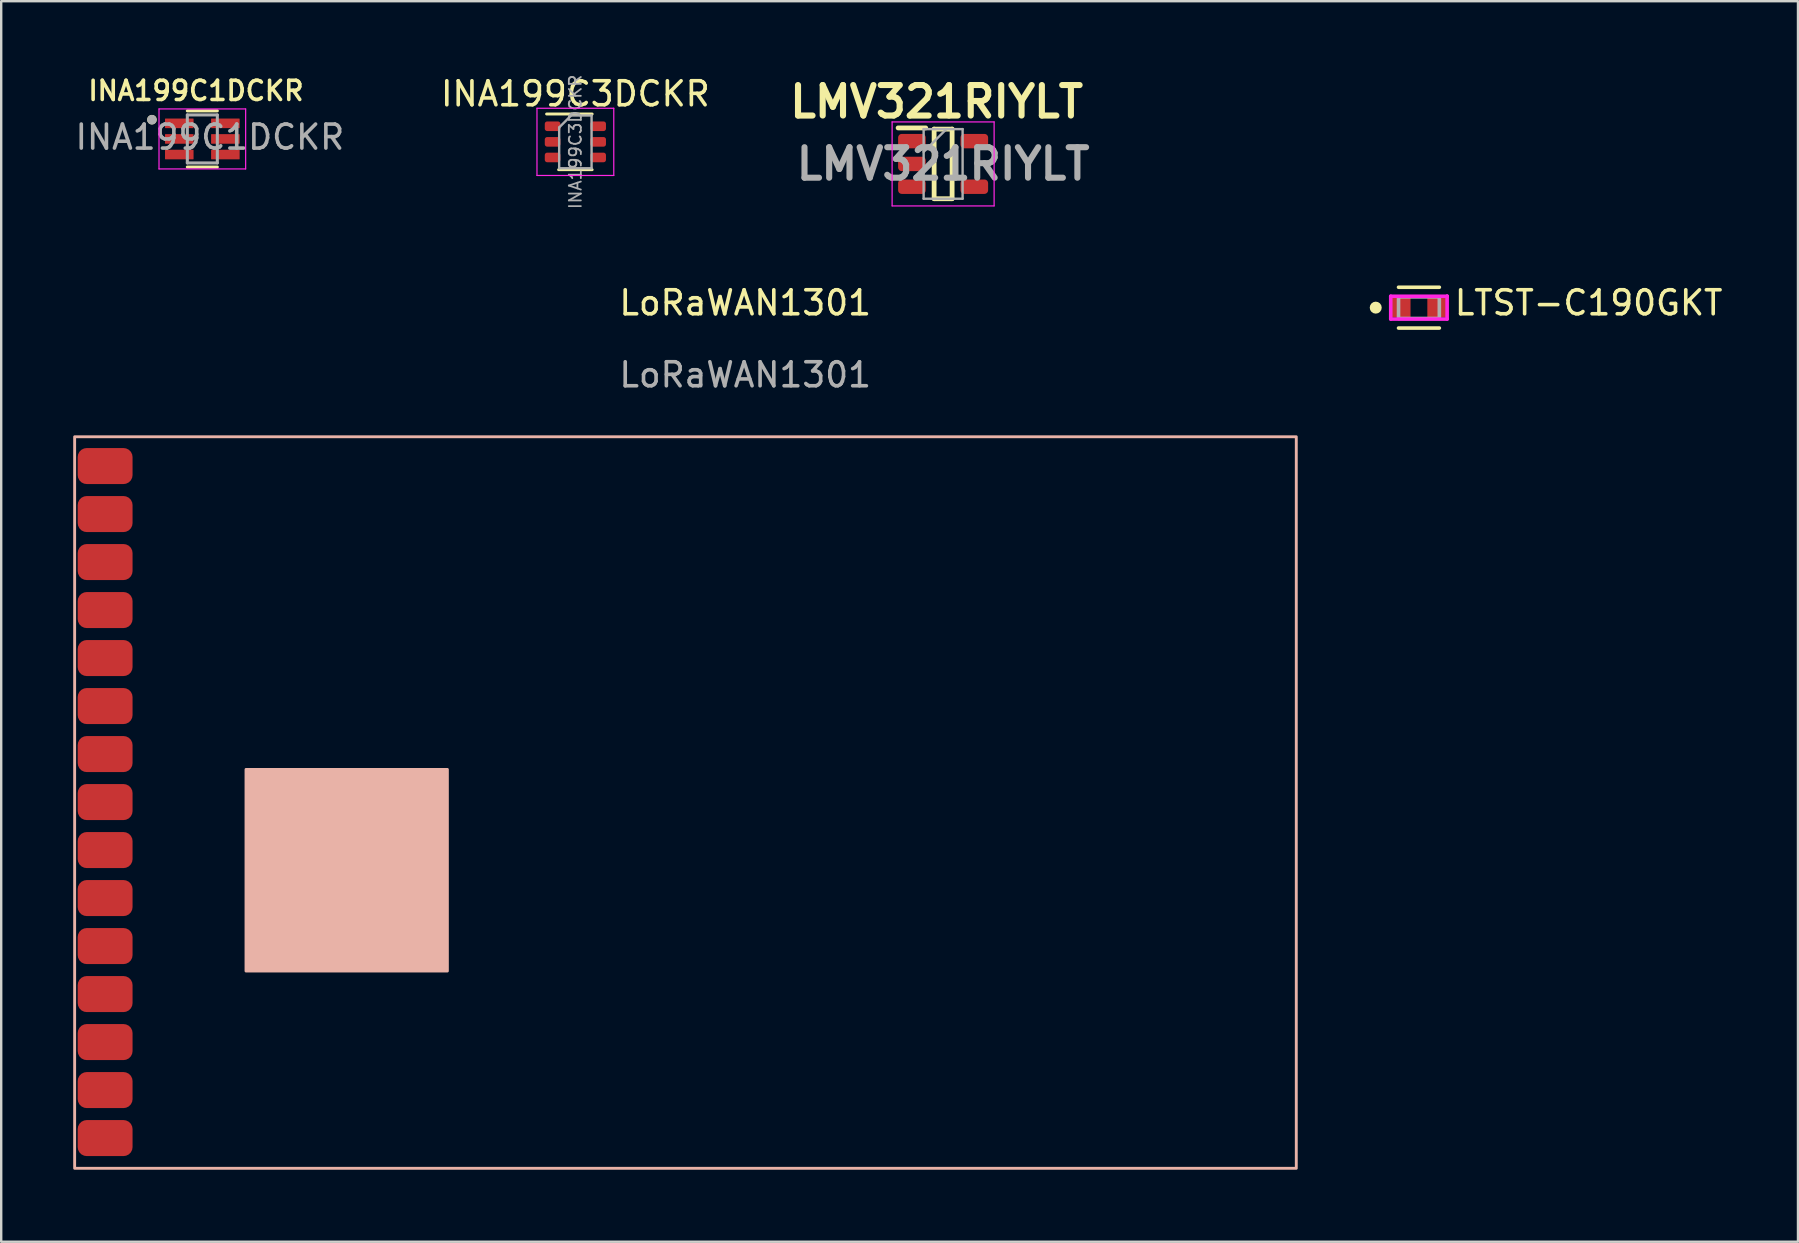
<source format=kicad_pcb>
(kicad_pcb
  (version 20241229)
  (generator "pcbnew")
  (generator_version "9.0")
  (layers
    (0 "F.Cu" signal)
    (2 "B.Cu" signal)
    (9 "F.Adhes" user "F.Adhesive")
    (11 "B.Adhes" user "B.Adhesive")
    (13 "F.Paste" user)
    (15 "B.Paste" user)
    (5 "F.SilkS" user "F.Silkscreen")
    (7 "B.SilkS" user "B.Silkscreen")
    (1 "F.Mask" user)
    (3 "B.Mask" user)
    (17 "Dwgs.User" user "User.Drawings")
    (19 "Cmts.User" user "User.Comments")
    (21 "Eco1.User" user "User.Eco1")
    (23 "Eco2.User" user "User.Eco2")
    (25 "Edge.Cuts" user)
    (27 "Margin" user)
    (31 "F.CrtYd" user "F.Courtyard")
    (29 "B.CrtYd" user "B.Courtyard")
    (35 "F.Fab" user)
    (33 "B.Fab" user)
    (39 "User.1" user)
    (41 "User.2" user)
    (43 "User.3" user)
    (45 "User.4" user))
  (footprint "LoRaWAN1301"
    (layer "F.Cu")
    (at 28 10.068)
    (property "Reference" "LoRaWAN1301" (at 0 -0.5 0) (unlocked yes) (layer "F.SilkS") (effects (font (size 1 1) (thickness 0.15))))
    (attr smd)
    (fp_rect (start -27.94 35.56) (end 22.96 5.08) (stroke (width 0.12) (type solid)) (fill no) (layer "B.SilkS"))
    (fp_rect (start -20.8 27.34) (end -12.41 18.94) (stroke (width 0.12) (type solid)) (fill yes) (layer "B.SilkS"))
    (fp_text user "${REFERENCE}" (at 0 2.5 0) (unlocked yes) (layer "F.Fab") (effects (font (size 1 1) (thickness 0.15))))
    (pad "1 " smd roundrect (at -26.67 6.3) (size 2.286 1.5) (layers "F.Cu" "F.Mask" "F.Paste") (roundrect_rratio 0.25))
    (pad "2" smd roundrect (at -26.67 8.3) (size 2.286 1.5) (layers "F.Cu" "F.Mask" "F.Paste") (roundrect_rratio 0.25))
    (pad "3" smd roundrect (at -26.67 10.3) (size 2.286 1.5) (layers "F.Cu" "F.Mask" "F.Paste") (roundrect_rratio 0.25))
    (pad "4" smd roundrect (at -26.67 12.3) (size 2.286 1.5) (layers "F.Cu" "F.Mask" "F.Paste") (roundrect_rratio 0.25))
    (pad "5" smd roundrect (at -26.67 14.3) (size 2.286 1.5) (layers "F.Cu" "F.Mask" "F.Paste") (roundrect_rratio 0.25))
    (pad "6" smd roundrect (at -26.67 16.3) (size 2.286 1.5) (layers "F.Cu" "F.Mask" "F.Paste") (roundrect_rratio 0.25))
    (pad "7" smd roundrect (at -26.67 18.3) (size 2.286 1.5) (layers "F.Cu" "F.Mask" "F.Paste") (roundrect_rratio 0.25))
    (pad "8" smd roundrect (at -26.67 20.3) (size 2.286 1.5) (layers "F.Cu" "F.Mask" "F.Paste") (roundrect_rratio 0.25))
    (pad "9" smd roundrect (at -26.67 22.3) (size 2.286 1.5) (layers "F.Cu" "F.Mask" "F.Paste") (roundrect_rratio 0.25))
    (pad "10" smd roundrect (at -26.67 24.3) (size 2.286 1.5) (layers "F.Cu" "F.Mask" "F.Paste") (roundrect_rratio 0.25))
    (pad "11" smd roundrect (at -26.67 26.3) (size 2.286 1.5) (layers "F.Cu" "F.Mask" "F.Paste") (roundrect_rratio 0.25))
    (pad "12" smd roundrect (at -26.67 28.3) (size 2.286 1.5) (layers "F.Cu" "F.Mask" "F.Paste") (roundrect_rratio 0.25))
    (pad "13" smd roundrect (at -26.67 30.3) (size 2.286 1.5) (layers "F.Cu" "F.Mask" "F.Paste") (roundrect_rratio 0.25))
    (pad "14" smd roundrect (at -26.67 32.3) (size 2.286 1.5) (layers "F.Cu" "F.Mask" "F.Paste") (roundrect_rratio 0.25))
    (pad "15" smd roundrect (at -26.67 34.3) (size 2.286 1.5) (layers "F.Cu" "F.Mask" "F.Paste") (roundrect_rratio 0.25)))
  (footprint "LTST-C190GKT"
    (layer "F.Cu")
    (at 56.07 9.768)
    (property "Reference" "LTST-C190GKT" (at 1.4 -0.2 0) (layer "F.SilkS") (effects (font (size 1 1) (thickness 0.15)) (justify left)))
    (attr through_hole)
    (fp_line (start -0.85 -0.85) (end 0.85 -0.85) (stroke (width 0.15) (type solid)) (layer "F.SilkS"))
    (fp_line (start -0.85 0.85) (end 0.85 0.85) (stroke (width 0.15) (type solid)) (layer "F.SilkS"))
    (fp_circle (center -1.8 0) (end -1.675 0) (stroke (width 0.25) (type solid)) (fill no) (layer "F.SilkS"))
    (fp_line (start -1.175 -0.475) (end -1.175 0.475) (stroke (width 0.15) (type solid)) (layer "F.CrtYd"))
    (fp_line (start -1.175 0.475) (end 1.175 0.475) (stroke (width 0.15) (type solid)) (layer "F.CrtYd"))
    (fp_line (start 1.175 -0.475) (end -1.175 -0.475) (stroke (width 0.15) (type solid)) (layer "F.CrtYd"))
    (fp_line (start 1.175 -0.475) (end 1.175 -0.475) (stroke (width 0.15) (type solid)) (layer "F.CrtYd"))
    (fp_line (start 1.175 0.475) (end 1.175 -0.475) (stroke (width 0.15) (type solid)) (layer "F.CrtYd"))
    (fp_line (start -0.85 -0.45) (end 0.85 -0.45) (stroke (width 0.15) (type solid)) (layer "F.Fab"))
    (fp_line (start -0.85 0.45) (end -0.85 -0.45) (stroke (width 0.15) (type solid)) (layer "F.Fab"))
    (fp_line (start 0.85 -0.45) (end 0.85 0.45) (stroke (width 0.15) (type solid)) (layer "F.Fab"))
    (fp_line (start 0.85 0.45) (end -0.85 0.45) (stroke (width 0.15) (type solid)) (layer "F.Fab"))
    (pad "1" smd rect (at -0.75 0) (size 0.8 0.8) (layers "F.Cu" "F.Mask" "F.Paste"))
    (pad "2" smd rect (at 0.75 0) (size 0.8 0.8) (layers "F.Cu" "F.Mask" "F.Paste")))
  (footprint "INA199C3DCKR"
    (layer "F.Cu")
    (at 20.923 2.86)
    (property "Reference" "INA199C3DCKR" (at 0 -2 0) (layer "F.SilkS") (effects (font (size 1 1) (thickness 0.15))))
    (attr smd)
    (fp_line (start -0.7 1.16) (end 0.7 1.16) (stroke (width 0.12) (type solid)) (layer "F.SilkS"))
    (fp_line (start 0.7 -1.16) (end -1.2 -1.16) (stroke (width 0.12) (type solid)) (layer "F.SilkS"))
    (fp_line (start -1.6 -1.4) (end -1.6 1.4) (stroke (width 0.05) (type solid)) (layer "F.CrtYd"))
    (fp_line (start -1.6 -1.4) (end 1.6 -1.4) (stroke (width 0.05) (type solid)) (layer "F.CrtYd"))
    (fp_line (start -1.6 1.4) (end 1.6 1.4) (stroke (width 0.05) (type solid)) (layer "F.CrtYd"))
    (fp_line (start 1.6 1.4) (end 1.6 -1.4) (stroke (width 0.05) (type solid)) (layer "F.CrtYd"))
    (fp_line (start -0.675 -0.6) (end -0.675 1.1) (stroke (width 0.1) (type solid)) (layer "F.Fab"))
    (fp_line (start -0.175 -1.1) (end -0.675 -0.6) (stroke (width 0.1) (type solid)) (layer "F.Fab"))
    (fp_line (start 0.675 -1.1) (end -0.175 -1.1) (stroke (width 0.1) (type solid)) (layer "F.Fab"))
    (fp_line (start 0.675 -1.1) (end 0.675 1.1) (stroke (width 0.1) (type solid)) (layer "F.Fab"))
    (fp_line (start 0.675 1.1) (end -0.675 1.1) (stroke (width 0.1) (type solid)) (layer "F.Fab"))
    (fp_text user "${REFERENCE}" (at 0 0 90) (layer "F.Fab") (effects (font (size 0.5 0.5) (thickness 0.075))))
    (pad "1" smd roundrect (at -0.95 -0.65) (size 0.65 0.4) (layers "F.Cu" "F.Mask" "F.Paste") (roundrect_rratio 0.25))
    (pad "2" smd roundrect (at -0.95 0) (size 0.65 0.4) (layers "F.Cu" "F.Mask" "F.Paste") (roundrect_rratio 0.25))
    (pad "3" smd roundrect (at -0.95 0.65) (size 0.65 0.4) (layers "F.Cu" "F.Mask" "F.Paste") (roundrect_rratio 0.25))
    (pad "4" smd roundrect (at 0.95 0.65) (size 0.65 0.4) (layers "F.Cu" "F.Mask" "F.Paste") (roundrect_rratio 0.25))
    (pad "5" smd roundrect (at 0.95 0) (size 0.65 0.4) (layers "F.Cu" "F.Mask" "F.Paste") (roundrect_rratio 0.25))
    (pad "6" smd roundrect (at 0.95 -0.65) (size 0.65 0.4) (layers "F.Cu" "F.Mask" "F.Paste") (roundrect_rratio 0.25)))
  (footprint "INA199C1DCKR "
    (layer "F.Cu")
    (at 5.38 2.739)
    (property "Reference" "INA199C1DCKR " (at 0.04 -2.008 0) (layer "F.SilkS") (effects (font (size 0.8 0.8) (thickness 0.15))))
    (attr smd)
    (fp_line (start -0.625 -1.17) (end 0.625 -1.17) (stroke (width 0.127) (type solid)) (layer "F.SilkS"))
    (fp_line (start -0.625 1.17) (end 0.625 1.17) (stroke (width 0.127) (type solid)) (layer "F.SilkS"))
    (fp_circle (center -2.1 -0.802) (end -2 -0.802) (stroke (width 0.2) (type solid)) (fill no) (layer "F.SilkS"))
    (fp_line (start -1.805 -1.25) (end -1.805 1.25) (stroke (width 0.05) (type solid)) (layer "F.CrtYd"))
    (fp_line (start -1.805 1.25) (end 1.805 1.25) (stroke (width 0.05) (type solid)) (layer "F.CrtYd"))
    (fp_line (start 1.805 -1.25) (end -1.805 -1.25) (stroke (width 0.05) (type solid)) (layer "F.CrtYd"))
    (fp_line (start 1.805 1.25) (end 1.805 -1.25) (stroke (width 0.05) (type solid)) (layer "F.CrtYd"))
    (fp_line (start -0.625 -1) (end -0.625 1) (stroke (width 0.127) (type solid)) (layer "F.Fab"))
    (fp_line (start -0.625 1) (end 0.625 1) (stroke (width 0.127) (type solid)) (layer "F.Fab"))
    (fp_line (start 0.625 -1) (end -0.625 -1) (stroke (width 0.127) (type solid)) (layer "F.Fab"))
    (fp_line (start 0.625 1) (end 0.625 -1) (stroke (width 0.127) (type solid)) (layer "F.Fab"))
    (fp_circle (center -2.1 -0.802) (end -2 -0.802) (stroke (width 0.2) (type solid)) (fill no) (layer "F.Fab"))
    (fp_text user "${REFERENCE}" (at -5.38 0.51 0) (unlocked yes) (layer "F.Fab") (effects (font (size 1 1) (thickness 0.15)) (justify left bottom)))
    (pad "1" smd roundrect (at -0.96 -0.65) (size 1.19 0.4) (layers "F.Cu" "F.Mask" "F.Paste") (roundrect_rratio 0.05))
    (pad "2" smd roundrect (at -0.96 0) (size 1.19 0.4) (layers "F.Cu" "F.Mask" "F.Paste") (roundrect_rratio 0.05))
    (pad "3" smd roundrect (at -0.96 0.65) (size 1.19 0.4) (layers "F.Cu" "F.Mask" "F.Paste") (roundrect_rratio 0.05))
    (pad "4" smd roundrect (at 0.96 0.65) (size 1.19 0.4) (layers "F.Cu" "F.Mask" "F.Paste") (roundrect_rratio 0.05))
    (pad "5" smd roundrect (at 0.96 0) (size 1.19 0.4) (layers "F.Cu" "F.Mask" "F.Paste") (roundrect_rratio 0.05))
    (pad "6" smd roundrect (at 0.96 -0.65) (size 1.19 0.4) (layers "F.Cu" "F.Mask" "F.Paste") (roundrect_rratio 0.05)))
  (footprint "LMV321RIYLT"
    (layer "F.Cu")
    (at 36.245 3.779)
    (property "Reference" "LMV321RIYLT" (at -0.27 -2.59 0) (layer "F.SilkS") (effects (font (size 1.27 1.27) (thickness 0.254))))
    (attr smd)
    (fp_line (start -1.875 -1.5) (end -0.725 -1.5) (stroke (width 0.2) (type solid)) (layer "F.SilkS"))
    (fp_line (start -0.375 -1.45) (end 0.375 -1.45) (stroke (width 0.2) (type solid)) (layer "F.SilkS"))
    (fp_line (start -0.375 1.45) (end -0.375 -1.45) (stroke (width 0.2) (type solid)) (layer "F.SilkS"))
    (fp_line (start 0.375 -1.45) (end 0.375 1.45) (stroke (width 0.2) (type solid)) (layer "F.SilkS"))
    (fp_line (start 0.375 1.45) (end -0.375 1.45) (stroke (width 0.2) (type solid)) (layer "F.SilkS"))
    (fp_line (start -2.125 -1.75) (end 2.125 -1.75) (stroke (width 0.05) (type solid)) (layer "F.CrtYd"))
    (fp_line (start -2.125 1.75) (end -2.125 -1.75) (stroke (width 0.05) (type solid)) (layer "F.CrtYd"))
    (fp_line (start 2.125 -1.75) (end 2.125 1.75) (stroke (width 0.05) (type solid)) (layer "F.CrtYd"))
    (fp_line (start 2.125 1.75) (end -2.125 1.75) (stroke (width 0.05) (type solid)) (layer "F.CrtYd"))
    (fp_line (start -0.812 -1.45) (end 0.812 -1.45) (stroke (width 0.1) (type solid)) (layer "F.Fab"))
    (fp_line (start -0.812 -0.5) (end 0.138 -1.45) (stroke (width 0.1) (type solid)) (layer "F.Fab"))
    (fp_line (start -0.812 1.45) (end -0.812 -1.45) (stroke (width 0.1) (type solid)) (layer "F.Fab"))
    (fp_line (start 0.812 -1.45) (end 0.812 1.45) (stroke (width 0.1) (type solid)) (layer "F.Fab"))
    (fp_line (start 0.812 1.45) (end -0.812 1.45) (stroke (width 0.1) (type solid)) (layer "F.Fab"))
    (fp_text user "${REFERENCE}" (at 0 0 0) (layer "F.Fab") (effects (font (size 1.27 1.27) (thickness 0.254))))
    (pad "1" smd roundrect (at -1.3 -0.95 90) (size 0.6 1.15) (layers "F.Cu" "F.Mask" "F.Paste") (roundrect_rratio 0.25))
    (pad "2" smd roundrect (at -1.3 0 90) (size 0.6 1.15) (layers "F.Cu" "F.Mask" "F.Paste") (roundrect_rratio 0.25))
    (pad "3" smd roundrect (at -1.3 0.95 90) (size 0.6 1.15) (layers "F.Cu" "F.Mask" "F.Paste") (roundrect_rratio 0.25))
    (pad "4" smd roundrect (at 1.3 0.95 90) (size 0.6 1.15) (layers "F.Cu" "F.Mask" "F.Paste") (roundrect_rratio 0.25))
    (pad "5" smd roundrect (at 1.3 -0.95 90) (size 0.6 1.15) (layers "F.Cu" "F.Mask" "F.Paste") (roundrect_rratio 0.25)))
  (gr_rect
    (start -3 -3)
    (end 71.863 48.688)
    (stroke (width 0.1) (type default))
    (fill no)
    (layer "Edge.Cuts")))
</source>
